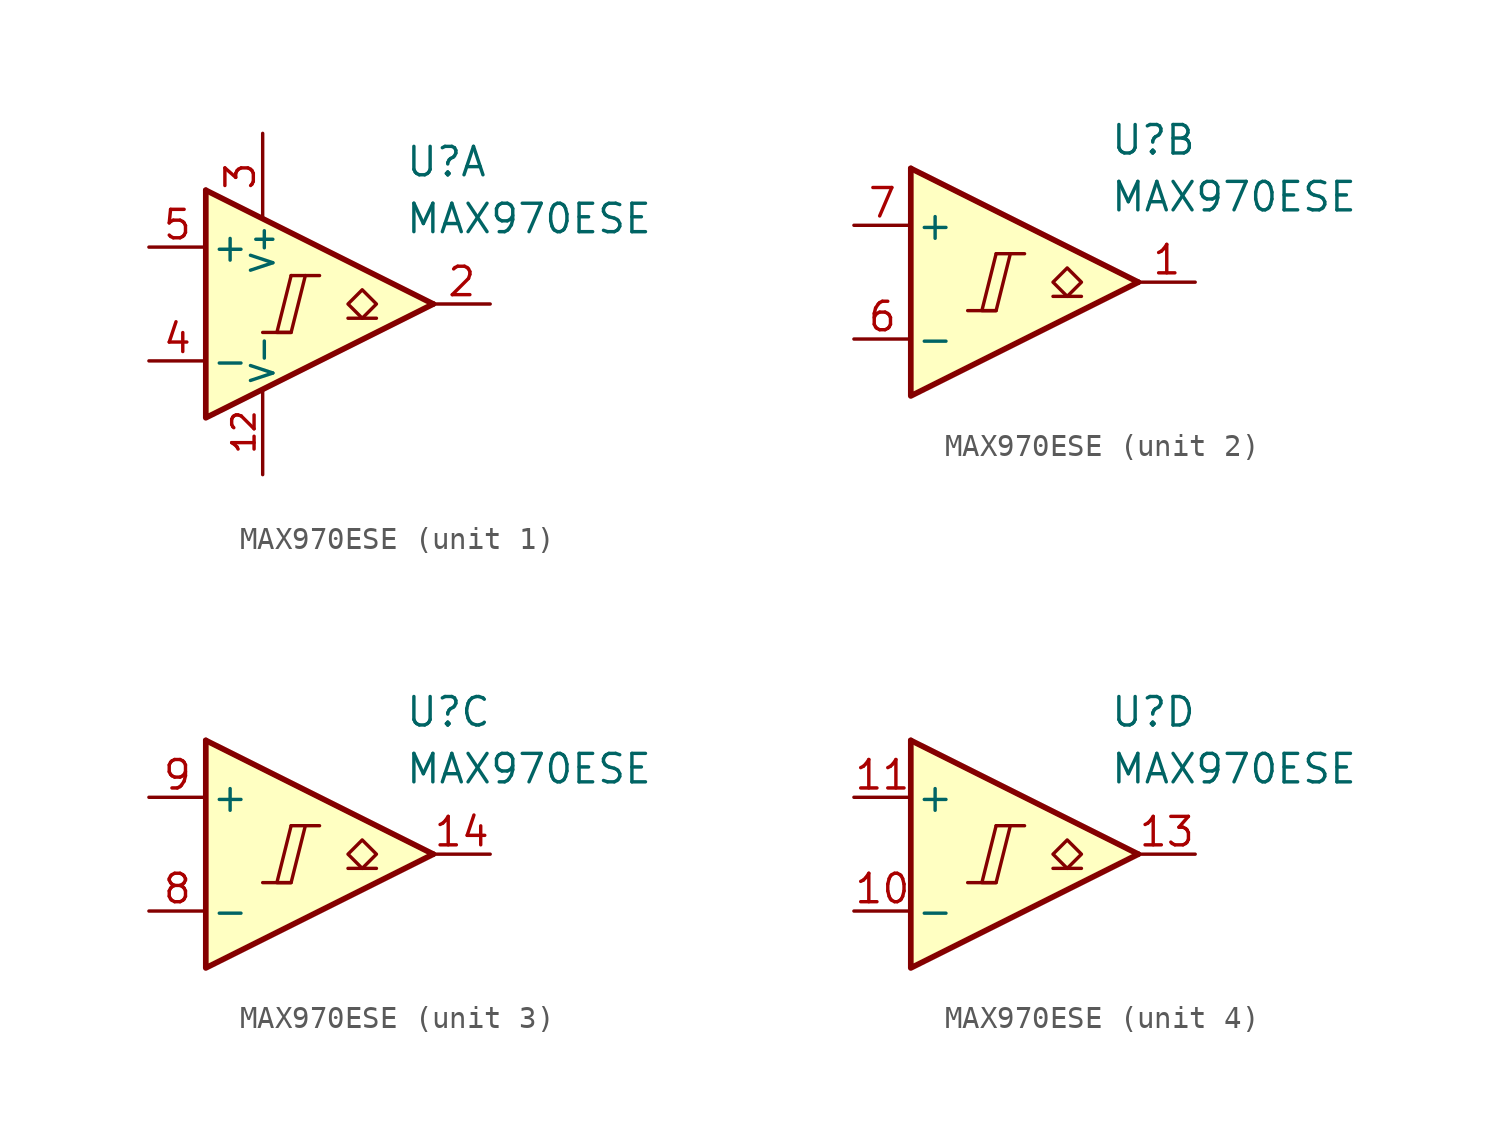
<source format=kicad_sym>
(kicad_symbol_lib
  (version 20211014)
  (generator kicad_symbol_editor)
  (symbol "MAX970ESE"
    (pin_names
      (offset 0.2))
    (property "Reference" "U"
      (at 5.08 6.35 0)
      (effects (font (size 1.27 1.27)) (justify left)))
    (property "Value" "MAX970ESE"
      (at 5.08 3.81 0)
      (effects (font (size 1.27 1.27)) (justify left)))
    (property "ki_locked" ""
      (at 0 0 0)
      (effects (font (size 1.27 1.27))))
    (symbol "MAX970ESE_1_0"
      (polyline (pts (xy -1.27 -1.27) (xy 0 -1.27)) (stroke (width 0.152) (type default) (color 0 0 0 0)) (fill (type none)))
      (polyline (pts (xy 0 1.27) (xy 1.27 1.27)) (stroke (width 0.152) (type default) (color 0 0 0 0)) (fill (type none)))
      (polyline (pts (xy 0 1.27) (xy -0.635 -1.27) (xy 0 -1.27) (xy 0.635 1.27)) (stroke (width 0.152) (type default) (color 0 0 0 0)) (fill (type none))))
    (symbol "MAX970ESE_1_1"
      (polyline (pts (xy -3.81 5.08) (xy 6.35 0)) (stroke (width 0.254) (type default) (color 0 0 0 0)) (fill (type none)))
      (polyline (pts (xy 3.81 -0.635) (xy 2.54 -0.635)) (stroke (width 0.152) (type default) (color 0 0 0 0)) (fill (type none)))
      (polyline (pts (xy -3.81 5.08) (xy -3.81 -5.08) (xy 6.35 0)) (stroke (width 0.254) (type default) (color 0 0 0 0)) (fill (type background)))
      (polyline (pts (xy 3.175 -0.635) (xy 2.54 0) (xy 3.175 0.635) (xy 3.81 0) (xy 3.175 -0.635)) (stroke (width 0.152) (type default) (color 0 0 0 0)) (fill (type none)))
      (pin power_in line (at -1.27 -7.62 90) (length 3.81) (name "V-" (effects (font (size 1 1)))) (number "12" (effects (font (size 1 1)))))
      (pin output line (at 8.89 0 180) (length 2.54) (name "~" (effects (font (size 1.27 1.27)))) (number "2" (effects (font (size 1.27 1.27)))))
      (pin power_in line (at -1.27 7.62 270) (length 3.81) (name "V+" (effects (font (size 1 1)))) (number "3" (effects (font (size 1.27 1.27)))))
      (pin input line (at -6.35 -2.54 0) (length 2.54) (name "-" (effects (font (size 1.27 1.27)))) (number "4" (effects (font (size 1.27 1.27)))))
      (pin input line (at -6.35 2.54 0) (length 2.54) (name "+" (effects (font (size 1.27 1.27)))) (number "5" (effects (font (size 1.27 1.27))))))
    (symbol "MAX970ESE_2_0"
      (polyline (pts (xy -1.27 -1.27) (xy 0 -1.27)) (stroke (width 0.152) (type default) (color 0 0 0 0)) (fill (type none)))
      (polyline (pts (xy 0 1.27) (xy 1.27 1.27)) (stroke (width 0.152) (type default) (color 0 0 0 0)) (fill (type none)))
      (polyline (pts (xy 0 1.27) (xy -0.635 -1.27) (xy 0 -1.27) (xy 0.635 1.27)) (stroke (width 0.152) (type default) (color 0 0 0 0)) (fill (type none))))
    (symbol "MAX970ESE_2_1"
      (polyline (pts (xy -3.81 5.08) (xy 6.35 0)) (stroke (width 0.254) (type default) (color 0 0 0 0)) (fill (type none)))
      (polyline (pts (xy 3.81 -0.635) (xy 2.54 -0.635)) (stroke (width 0.152) (type default) (color 0 0 0 0)) (fill (type none)))
      (polyline (pts (xy -3.81 5.08) (xy -3.81 -5.08) (xy 6.35 0)) (stroke (width 0.254) (type default) (color 0 0 0 0)) (fill (type background)))
      (polyline (pts (xy 3.175 -0.635) (xy 2.54 0) (xy 3.175 0.635) (xy 3.81 0) (xy 3.175 -0.635)) (stroke (width 0.152) (type default) (color 0 0 0 0)) (fill (type none)))
      (pin output line (at 8.89 0 180) (length 2.54) (name "~" (effects (font (size 1.27 1.27)))) (number "1" (effects (font (size 1.27 1.27)))))
      (pin input line (at -6.35 -2.54 0) (length 2.54) (name "-" (effects (font (size 1.27 1.27)))) (number "6" (effects (font (size 1.27 1.27)))))
      (pin input line (at -6.35 2.54 0) (length 2.54) (name "+" (effects (font (size 1.27 1.27)))) (number "7" (effects (font (size 1.27 1.27))))))
    (symbol "MAX970ESE_3_0"
      (polyline (pts (xy -1.27 -1.27) (xy 0 -1.27)) (stroke (width 0.152) (type default) (color 0 0 0 0)) (fill (type none)))
      (polyline (pts (xy 0 1.27) (xy 1.27 1.27)) (stroke (width 0.152) (type default) (color 0 0 0 0)) (fill (type none)))
      (polyline (pts (xy 0 1.27) (xy -0.635 -1.27) (xy 0 -1.27) (xy 0.635 1.27)) (stroke (width 0.152) (type default) (color 0 0 0 0)) (fill (type none))))
    (symbol "MAX970ESE_3_1"
      (polyline (pts (xy -3.81 5.08) (xy 6.35 0)) (stroke (width 0.254) (type default) (color 0 0 0 0)) (fill (type none)))
      (polyline (pts (xy 3.81 -0.635) (xy 2.54 -0.635)) (stroke (width 0.152) (type default) (color 0 0 0 0)) (fill (type none)))
      (polyline (pts (xy -3.81 5.08) (xy -3.81 -5.08) (xy 6.35 0)) (stroke (width 0.254) (type default) (color 0 0 0 0)) (fill (type background)))
      (polyline (pts (xy 3.175 -0.635) (xy 2.54 0) (xy 3.175 0.635) (xy 3.81 0) (xy 3.175 -0.635)) (stroke (width 0.152) (type default) (color 0 0 0 0)) (fill (type none)))
      (pin output line (at 8.89 0 180) (length 2.54) (name "~" (effects (font (size 1.27 1.27)))) (number "14" (effects (font (size 1.27 1.27)))))
      (pin input line (at -6.35 -2.54 0) (length 2.54) (name "-" (effects (font (size 1.27 1.27)))) (number "8" (effects (font (size 1.27 1.27)))))
      (pin input line (at -6.35 2.54 0) (length 2.54) (name "+" (effects (font (size 1.27 1.27)))) (number "9" (effects (font (size 1.27 1.27))))))
    (symbol "MAX970ESE_4_0"
      (polyline (pts (xy -1.27 -1.27) (xy 0 -1.27)) (stroke (width 0.152) (type default) (color 0 0 0 0)) (fill (type none)))
      (polyline (pts (xy 0 1.27) (xy 1.27 1.27)) (stroke (width 0.152) (type default) (color 0 0 0 0)) (fill (type none)))
      (polyline (pts (xy 0 1.27) (xy -0.635 -1.27) (xy 0 -1.27) (xy 0.635 1.27)) (stroke (width 0.152) (type default) (color 0 0 0 0)) (fill (type none))))
    (symbol "MAX970ESE_4_1"
      (polyline (pts (xy -3.81 5.08) (xy 6.35 0)) (stroke (width 0.254) (type default) (color 0 0 0 0)) (fill (type none)))
      (polyline (pts (xy 3.81 -0.635) (xy 2.54 -0.635)) (stroke (width 0.152) (type default) (color 0 0 0 0)) (fill (type none)))
      (polyline (pts (xy -3.81 5.08) (xy -3.81 -5.08) (xy 6.35 0)) (stroke (width 0.254) (type default) (color 0 0 0 0)) (fill (type background)))
      (polyline (pts (xy 3.175 -0.635) (xy 2.54 0) (xy 3.175 0.635) (xy 3.81 0) (xy 3.175 -0.635)) (stroke (width 0.152) (type default) (color 0 0 0 0)) (fill (type none)))
      (pin input line (at -6.35 -2.54 0) (length 2.54) (name "-" (effects (font (size 1.27 1.27)))) (number "10" (effects (font (size 1.27 1.27)))))
      (pin input line (at -6.35 2.54 0) (length 2.54) (name "+" (effects (font (size 1.27 1.27)))) (number "11" (effects (font (size 1.27 1.27)))))
      (pin output line (at 8.89 0 180) (length 2.54) (name "~" (effects (font (size 1.27 1.27)))) (number "13" (effects (font (size 1.27 1.27))))))))
</source>
